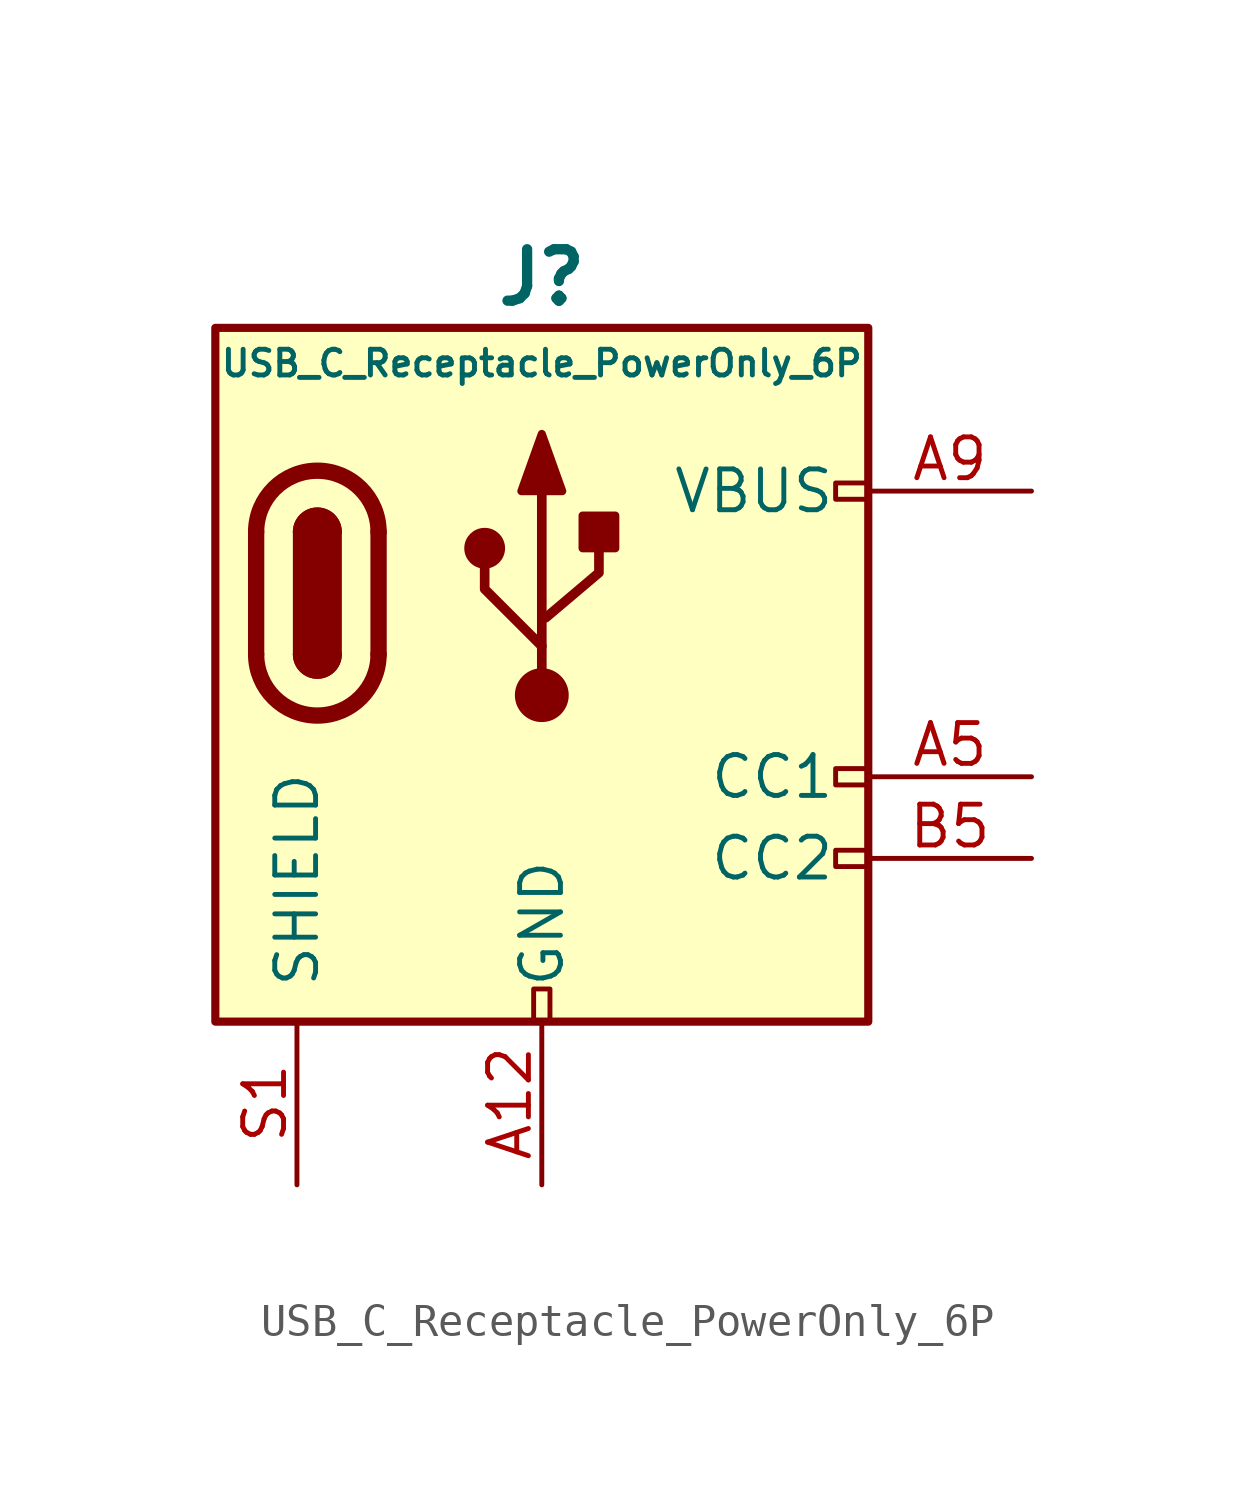
<source format=kicad_sym>
(kicad_symbol_lib
  (version 20241209)
  (generator "kicad_symbol_editor")
  (generator_version "9.0")
  (symbol "USB_C_Receptacle_PowerOnly_6P"
    (pin_names
      (offset 1.016))
    (property "Reference" "J"
      (at 0 13.335 0)
      (do_not_autoplace)
      (effects (font (size 1.6 1.6) (thickness 0.32) (bold yes)) (justify bottom)))
    (property "Value" "USB_C_Receptacle_PowerOnly_6P"
      (at 0 12.065 0)
      (do_not_autoplace)
      (effects (font (size 0.8 0.8)) (justify top)))
    (symbol "USB_C_Receptacle_PowerOnly_6P_0_0"
      (rectangle (start -0.254 -7.874) (end 0.254 -8.89) (stroke (width 0) (type default)) (fill (type none)))
      (rectangle (start 9.144 -1.016) (end 10.16 -1.524) (stroke (width 0) (type default)) (fill (type none)))
      (rectangle (start 9.144 -3.556) (end 10.16 -4.064) (stroke (width 0) (type default)) (fill (type none)))
      (rectangle (start 10.16 7.874) (end 9.144 7.366) (stroke (width 0) (type default)) (fill (type none))))
    (symbol "USB_C_Receptacle_PowerOnly_6P_0_1"
      (rectangle (start -10.16 12.7) (end 10.16 -8.89) (stroke (width 0.254) (type default)) (fill (type background)))
      (polyline (pts (xy -8.89 2.54) (xy -8.89 6.35)) (stroke (width 0.508) (type default)) (fill (type none)))
      (rectangle (start -7.62 6.35) (end -6.35 2.54) (stroke (width 0.254) (type default)) (fill (type outline)))
      (arc (start -7.62 6.35) (mid -6.985 6.9823) (end -6.35 6.35) (stroke (width 0.254) (type default)) (fill (type none)))
      (arc (start -7.62 6.35) (mid -6.985 6.9823) (end -6.35 6.35) (stroke (width 0.254) (type default)) (fill (type outline)))
      (arc (start -8.89 6.35) (mid -6.985 8.2467) (end -5.08 6.35) (stroke (width 0.508) (type default)) (fill (type none)))
      (arc (start -5.08 2.54) (mid -6.985 0.6433) (end -8.89 2.54) (stroke (width 0.508) (type default)) (fill (type none)))
      (arc (start -6.35 2.54) (mid -6.985 1.9077) (end -7.62 2.54) (stroke (width 0.254) (type default)) (fill (type none)))
      (arc (start -6.35 2.54) (mid -6.985 1.9077) (end -7.62 2.54) (stroke (width 0.254) (type default)) (fill (type outline)))
      (polyline (pts (xy -5.08 6.35) (xy -5.08 2.54)) (stroke (width 0.508) (type default)) (fill (type none)))
      (polyline (pts (xy -0.635 7.62) (xy 0 9.398) (xy 0.635 7.62) (xy -0.635 7.62)) (stroke (width 0.254) (type default)) (fill (type outline)))
      (circle (center 0 1.27) (radius 0.762) (stroke (width 0) (type default)) (fill (type outline)))
      (rectangle (start 1.27 6.858) (end 2.286 5.842) (stroke (width 0.254) (type default)) (fill (type outline))))
    (symbol "USB_C_Receptacle_PowerOnly_6P_1_1"
      (circle (center -1.778 5.842) (radius 0.508) (stroke (width 0.254) (type solid)) (fill (type outline)))
      (polyline (pts (xy 0 2.794) (xy -1.778 4.572) (xy -1.778 5.334)) (stroke (width 0.3) (type solid)) (fill (type none)))
      (polyline (pts (xy 0 1.905) (xy 0 7.62)) (stroke (width 0.3) (type solid)) (fill (type none)))
      (polyline (pts (xy 0.127 3.683) (xy 1.778 5.08) (xy 1.778 5.715)) (stroke (width 0.3) (type solid)) (fill (type none)))
      (pin passive line (at -7.62 -13.97 90) (length 5.08) (name "SHIELD" (effects (font (size 1.27 1.27)))) (number "S1" (effects (font (size 1.27 1.27)))))
      (pin passive line (at 0 -13.97 90) (length 5.08) (name "GND" (effects (font (size 1.27 1.27)))) (number "A12" (effects (font (size 1.27 1.27)))))
      (pin passive line (at 0 -13.97 90) (length 5.08) (hide yes) (name "GND" (effects (font (size 1.27 1.27)))) (number "B12" (effects (font (size 1.27 1.27)))))
      (pin passive line (at 15.24 7.62 180) (length 5.08) (name "VBUS" (effects (font (size 1.27 1.27)))) (number "A9" (effects (font (size 1.27 1.27)))))
      (pin passive line (at 15.24 7.62 180) (length 5.08) (hide yes) (name "VBUS" (effects (font (size 1.27 1.27)))) (number "B9" (effects (font (size 1.27 1.27)))))
      (pin bidirectional line (at 15.24 -1.27 180) (length 5.08) (name "CC1" (effects (font (size 1.27 1.27)))) (number "A5" (effects (font (size 1.27 1.27)))))
      (pin bidirectional line (at 15.24 -3.81 180) (length 5.08) (name "CC2" (effects (font (size 1.27 1.27)))) (number "B5" (effects (font (size 1.27 1.27))))))))
</source>
